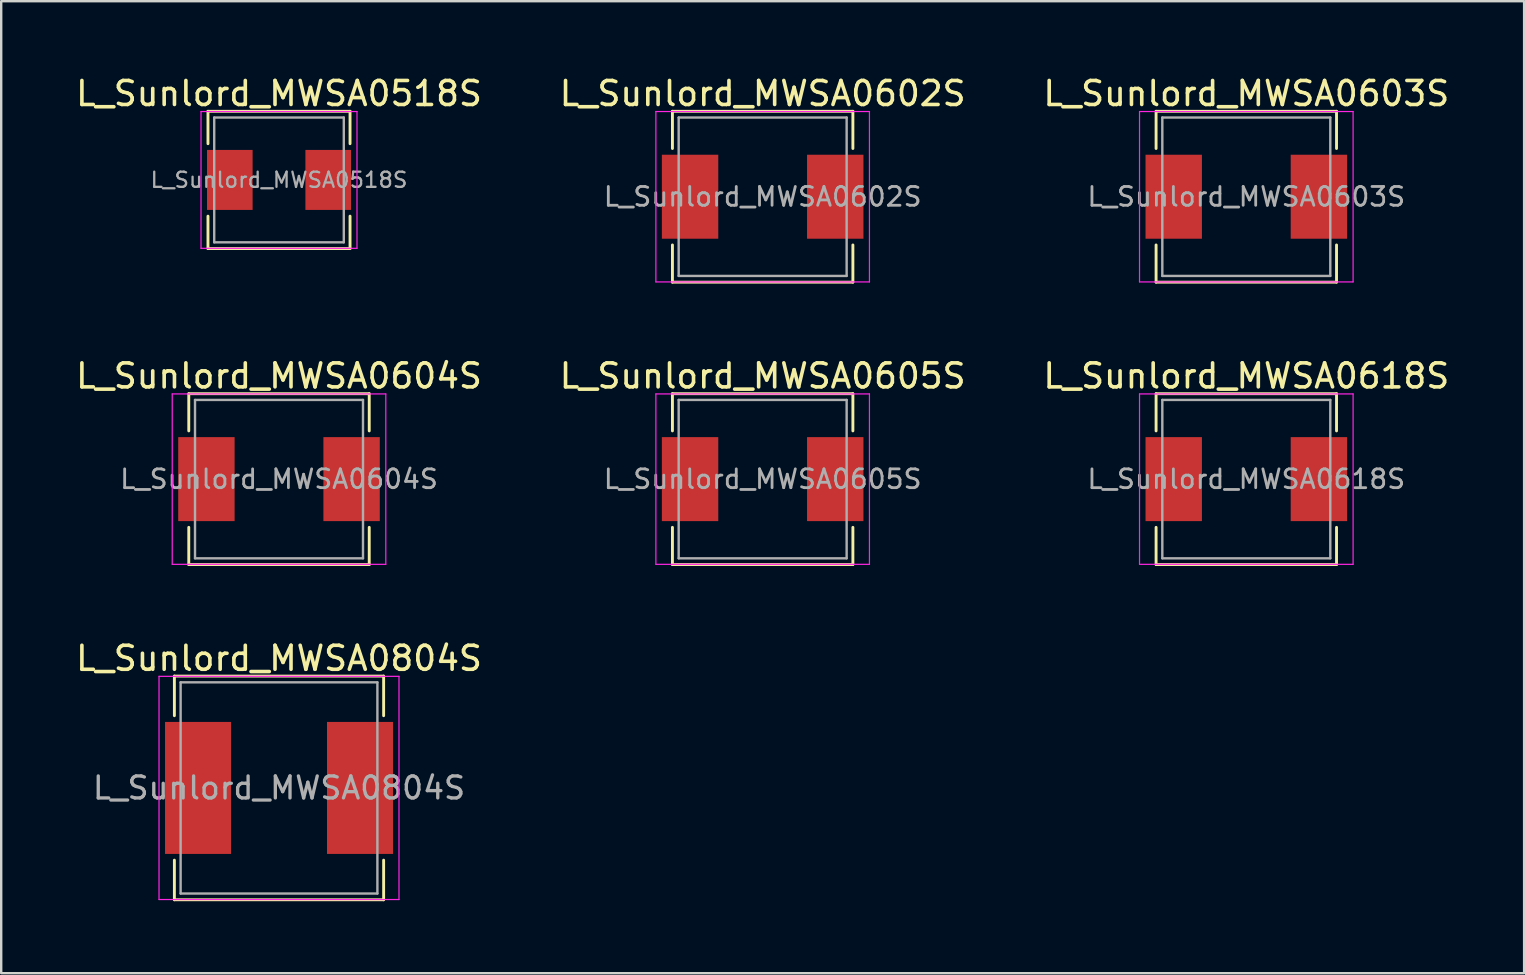
<source format=kicad_pcb>
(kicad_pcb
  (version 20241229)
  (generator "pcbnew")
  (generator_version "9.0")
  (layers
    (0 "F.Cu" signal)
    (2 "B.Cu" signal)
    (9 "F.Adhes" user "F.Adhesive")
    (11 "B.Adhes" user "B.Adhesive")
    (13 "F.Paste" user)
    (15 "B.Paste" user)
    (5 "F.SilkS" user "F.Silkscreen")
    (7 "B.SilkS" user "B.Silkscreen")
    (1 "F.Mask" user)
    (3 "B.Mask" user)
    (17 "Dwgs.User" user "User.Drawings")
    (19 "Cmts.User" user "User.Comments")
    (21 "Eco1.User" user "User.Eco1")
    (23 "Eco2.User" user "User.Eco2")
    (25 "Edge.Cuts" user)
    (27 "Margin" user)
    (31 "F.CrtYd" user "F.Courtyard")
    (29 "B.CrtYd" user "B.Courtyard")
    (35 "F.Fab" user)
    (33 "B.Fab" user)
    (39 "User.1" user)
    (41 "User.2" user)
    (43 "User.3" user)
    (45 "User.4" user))
  (footprint "L_Sunlord_MWSA0518S"
    (layer "F.Cu")
    (at 8.577 4.448)
    (property "Reference" "L_Sunlord_MWSA0518S" (at 0 -3.6 0) (layer "F.SilkS") (effects (font (size 1 1) (thickness 0.15))))
    (attr smd)
    (fp_line (start -2.96 -2.86) (end -2.96 -1.51) (stroke (width 0.12) (type solid)) (layer "F.SilkS"))
    (fp_line (start -2.96 -2.86) (end 2.96 -2.86) (stroke (width 0.12) (type solid)) (layer "F.SilkS"))
    (fp_line (start -2.96 2.86) (end -2.96 1.51) (stroke (width 0.12) (type solid)) (layer "F.SilkS"))
    (fp_line (start -2.96 2.86) (end 2.96 2.86) (stroke (width 0.12) (type solid)) (layer "F.SilkS"))
    (fp_line (start 2.96 -2.86) (end 2.96 -1.51) (stroke (width 0.12) (type solid)) (layer "F.SilkS"))
    (fp_line (start 2.96 2.86) (end 2.96 1.51) (stroke (width 0.12) (type solid)) (layer "F.SilkS"))
    (fp_line (start -3.25 -2.85) (end -3.25 2.85) (stroke (width 0.05) (type solid)) (layer "F.CrtYd"))
    (fp_line (start -3.25 2.85) (end 3.25 2.85) (stroke (width 0.05) (type solid)) (layer "F.CrtYd"))
    (fp_line (start 3.25 -2.85) (end -3.25 -2.85) (stroke (width 0.05) (type solid)) (layer "F.CrtYd"))
    (fp_line (start 3.25 2.85) (end 3.25 -2.85) (stroke (width 0.05) (type solid)) (layer "F.CrtYd"))
    (fp_line (start -2.7 -2.6) (end -2.7 2.6) (stroke (width 0.1) (type solid)) (layer "F.Fab"))
    (fp_line (start -2.7 2.6) (end 2.7 2.6) (stroke (width 0.1) (type solid)) (layer "F.Fab"))
    (fp_line (start 2.7 -2.6) (end -2.7 -2.6) (stroke (width 0.1) (type solid)) (layer "F.Fab"))
    (fp_line (start 2.7 2.6) (end 2.7 -2.6) (stroke (width 0.1) (type solid)) (layer "F.Fab"))
    (fp_text user "${REFERENCE}" (at 0 0 0) (layer "F.Fab") (effects (font (size 0.633 0.633) (thickness 0.095))))
    (pad "1" smd rect (at -2.05 0) (size 1.9 2.5) (layers "F.Cu" "F.Mask" "F.Paste"))
    (pad "2" smd rect (at 2.05 0) (size 1.9 2.5) (layers "F.Cu" "F.Mask" "F.Paste")))
  (footprint "L_Sunlord_MWSA0605S"
    (layer "F.Cu")
    (at 28.732 16.916)
    (property "Reference" "L_Sunlord_MWSA0605S" (at 0 -4.3 0) (layer "F.SilkS") (effects (font (size 1 1) (thickness 0.15))))
    (attr smd)
    (fp_line (start -3.76 -3.56) (end -3.76 -2.01) (stroke (width 0.12) (type solid)) (layer "F.SilkS"))
    (fp_line (start -3.76 -3.56) (end 3.76 -3.56) (stroke (width 0.12) (type solid)) (layer "F.SilkS"))
    (fp_line (start -3.76 3.56) (end -3.76 2.01) (stroke (width 0.12) (type solid)) (layer "F.SilkS"))
    (fp_line (start -3.76 3.56) (end 3.76 3.56) (stroke (width 0.12) (type solid)) (layer "F.SilkS"))
    (fp_line (start 3.76 -3.56) (end 3.76 -2.01) (stroke (width 0.12) (type solid)) (layer "F.SilkS"))
    (fp_line (start 3.76 3.56) (end 3.76 2.01) (stroke (width 0.12) (type solid)) (layer "F.SilkS"))
    (fp_line (start -4.45 -3.55) (end -4.45 3.55) (stroke (width 0.05) (type solid)) (layer "F.CrtYd"))
    (fp_line (start -4.45 3.55) (end 4.45 3.55) (stroke (width 0.05) (type solid)) (layer "F.CrtYd"))
    (fp_line (start 4.45 -3.55) (end -4.45 -3.55) (stroke (width 0.05) (type solid)) (layer "F.CrtYd"))
    (fp_line (start 4.45 3.55) (end 4.45 -3.55) (stroke (width 0.05) (type solid)) (layer "F.CrtYd"))
    (fp_line (start -3.5 -3.3) (end -3.5 3.3) (stroke (width 0.1) (type solid)) (layer "F.Fab"))
    (fp_line (start -3.5 3.3) (end 3.5 3.3) (stroke (width 0.1) (type solid)) (layer "F.Fab"))
    (fp_line (start 3.5 -3.3) (end -3.5 -3.3) (stroke (width 0.1) (type solid)) (layer "F.Fab"))
    (fp_line (start 3.5 3.3) (end 3.5 -3.3) (stroke (width 0.1) (type solid)) (layer "F.Fab"))
    (fp_text user "${REFERENCE}" (at 0 0 0) (layer "F.Fab") (effects (font (size 0.783 0.783) (thickness 0.117))))
    (pad "1" smd rect (at -3.025 0) (size 2.35 3.5) (layers "F.Cu" "F.Mask" "F.Paste"))
    (pad "2" smd rect (at 3.025 0) (size 2.35 3.5) (layers "F.Cu" "F.Mask" "F.Paste")))
  (footprint "L_Sunlord_MWSA0604S"
    (layer "F.Cu")
    (at 8.577 16.916)
    (property "Reference" "L_Sunlord_MWSA0604S" (at 0 -4.3 0) (layer "F.SilkS") (effects (font (size 1 1) (thickness 0.15))))
    (attr smd)
    (fp_line (start -3.76 -3.56) (end -3.76 -2.01) (stroke (width 0.12) (type solid)) (layer "F.SilkS"))
    (fp_line (start -3.76 -3.56) (end 3.76 -3.56) (stroke (width 0.12) (type solid)) (layer "F.SilkS"))
    (fp_line (start -3.76 3.56) (end -3.76 2.01) (stroke (width 0.12) (type solid)) (layer "F.SilkS"))
    (fp_line (start -3.76 3.56) (end 3.76 3.56) (stroke (width 0.12) (type solid)) (layer "F.SilkS"))
    (fp_line (start 3.76 -3.56) (end 3.76 -2.01) (stroke (width 0.12) (type solid)) (layer "F.SilkS"))
    (fp_line (start 3.76 3.56) (end 3.76 2.01) (stroke (width 0.12) (type solid)) (layer "F.SilkS"))
    (fp_line (start -4.45 -3.55) (end -4.45 3.55) (stroke (width 0.05) (type solid)) (layer "F.CrtYd"))
    (fp_line (start -4.45 3.55) (end 4.45 3.55) (stroke (width 0.05) (type solid)) (layer "F.CrtYd"))
    (fp_line (start 4.45 -3.55) (end -4.45 -3.55) (stroke (width 0.05) (type solid)) (layer "F.CrtYd"))
    (fp_line (start 4.45 3.55) (end 4.45 -3.55) (stroke (width 0.05) (type solid)) (layer "F.CrtYd"))
    (fp_line (start -3.5 -3.3) (end -3.5 3.3) (stroke (width 0.1) (type solid)) (layer "F.Fab"))
    (fp_line (start -3.5 3.3) (end 3.5 3.3) (stroke (width 0.1) (type solid)) (layer "F.Fab"))
    (fp_line (start 3.5 -3.3) (end -3.5 -3.3) (stroke (width 0.1) (type solid)) (layer "F.Fab"))
    (fp_line (start 3.5 3.3) (end 3.5 -3.3) (stroke (width 0.1) (type solid)) (layer "F.Fab"))
    (fp_text user "${REFERENCE}" (at 0 0 0) (layer "F.Fab") (effects (font (size 0.783 0.783) (thickness 0.117))))
    (pad "1" smd rect (at -3.025 0) (size 2.35 3.5) (layers "F.Cu" "F.Mask" "F.Paste"))
    (pad "2" smd rect (at 3.025 0) (size 2.35 3.5) (layers "F.Cu" "F.Mask" "F.Paste")))
  (footprint "L_Sunlord_MWSA0603S"
    (layer "F.Cu")
    (at 48.887 5.148)
    (property "Reference" "L_Sunlord_MWSA0603S" (at 0 -4.3 0) (layer "F.SilkS") (effects (font (size 1 1) (thickness 0.15))))
    (attr smd)
    (fp_line (start -3.76 -3.56) (end -3.76 -2.01) (stroke (width 0.12) (type solid)) (layer "F.SilkS"))
    (fp_line (start -3.76 -3.56) (end 3.76 -3.56) (stroke (width 0.12) (type solid)) (layer "F.SilkS"))
    (fp_line (start -3.76 3.56) (end -3.76 2.01) (stroke (width 0.12) (type solid)) (layer "F.SilkS"))
    (fp_line (start -3.76 3.56) (end 3.76 3.56) (stroke (width 0.12) (type solid)) (layer "F.SilkS"))
    (fp_line (start 3.76 -3.56) (end 3.76 -2.01) (stroke (width 0.12) (type solid)) (layer "F.SilkS"))
    (fp_line (start 3.76 3.56) (end 3.76 2.01) (stroke (width 0.12) (type solid)) (layer "F.SilkS"))
    (fp_line (start -4.45 -3.55) (end -4.45 3.55) (stroke (width 0.05) (type solid)) (layer "F.CrtYd"))
    (fp_line (start -4.45 3.55) (end 4.45 3.55) (stroke (width 0.05) (type solid)) (layer "F.CrtYd"))
    (fp_line (start 4.45 -3.55) (end -4.45 -3.55) (stroke (width 0.05) (type solid)) (layer "F.CrtYd"))
    (fp_line (start 4.45 3.55) (end 4.45 -3.55) (stroke (width 0.05) (type solid)) (layer "F.CrtYd"))
    (fp_line (start -3.5 -3.3) (end -3.5 3.3) (stroke (width 0.1) (type solid)) (layer "F.Fab"))
    (fp_line (start -3.5 3.3) (end 3.5 3.3) (stroke (width 0.1) (type solid)) (layer "F.Fab"))
    (fp_line (start 3.5 -3.3) (end -3.5 -3.3) (stroke (width 0.1) (type solid)) (layer "F.Fab"))
    (fp_line (start 3.5 3.3) (end 3.5 -3.3) (stroke (width 0.1) (type solid)) (layer "F.Fab"))
    (fp_text user "${REFERENCE}" (at 0 0 0) (layer "F.Fab") (effects (font (size 0.783 0.783) (thickness 0.117))))
    (pad "1" smd rect (at -3.025 0) (size 2.35 3.5) (layers "F.Cu" "F.Mask" "F.Paste"))
    (pad "2" smd rect (at 3.025 0) (size 2.35 3.5) (layers "F.Cu" "F.Mask" "F.Paste")))
  (footprint "L_Sunlord_MWSA0618S"
    (layer "F.Cu")
    (at 48.887 16.916)
    (property "Reference" "L_Sunlord_MWSA0618S" (at 0 -4.3 0) (layer "F.SilkS") (effects (font (size 1 1) (thickness 0.15))))
    (attr smd)
    (fp_line (start -3.76 -3.56) (end -3.76 -2.01) (stroke (width 0.12) (type solid)) (layer "F.SilkS"))
    (fp_line (start -3.76 -3.56) (end 3.76 -3.56) (stroke (width 0.12) (type solid)) (layer "F.SilkS"))
    (fp_line (start -3.76 3.56) (end -3.76 2.01) (stroke (width 0.12) (type solid)) (layer "F.SilkS"))
    (fp_line (start -3.76 3.56) (end 3.76 3.56) (stroke (width 0.12) (type solid)) (layer "F.SilkS"))
    (fp_line (start 3.76 -3.56) (end 3.76 -2.01) (stroke (width 0.12) (type solid)) (layer "F.SilkS"))
    (fp_line (start 3.76 3.56) (end 3.76 2.01) (stroke (width 0.12) (type solid)) (layer "F.SilkS"))
    (fp_line (start -4.45 -3.55) (end -4.45 3.55) (stroke (width 0.05) (type solid)) (layer "F.CrtYd"))
    (fp_line (start -4.45 3.55) (end 4.45 3.55) (stroke (width 0.05) (type solid)) (layer "F.CrtYd"))
    (fp_line (start 4.45 -3.55) (end -4.45 -3.55) (stroke (width 0.05) (type solid)) (layer "F.CrtYd"))
    (fp_line (start 4.45 3.55) (end 4.45 -3.55) (stroke (width 0.05) (type solid)) (layer "F.CrtYd"))
    (fp_line (start -3.5 -3.3) (end -3.5 3.3) (stroke (width 0.1) (type solid)) (layer "F.Fab"))
    (fp_line (start -3.5 3.3) (end 3.5 3.3) (stroke (width 0.1) (type solid)) (layer "F.Fab"))
    (fp_line (start 3.5 -3.3) (end -3.5 -3.3) (stroke (width 0.1) (type solid)) (layer "F.Fab"))
    (fp_line (start 3.5 3.3) (end 3.5 -3.3) (stroke (width 0.1) (type solid)) (layer "F.Fab"))
    (fp_text user "${REFERENCE}" (at 0 0 0) (layer "F.Fab") (effects (font (size 0.783 0.783) (thickness 0.117))))
    (pad "1" smd rect (at -3.025 0) (size 2.35 3.5) (layers "F.Cu" "F.Mask" "F.Paste"))
    (pad "2" smd rect (at 3.025 0) (size 2.35 3.5) (layers "F.Cu" "F.Mask" "F.Paste")))
  (footprint "L_Sunlord_MWSA0804S"
    (layer "F.Cu")
    (at 8.577 29.785)
    (property "Reference" "L_Sunlord_MWSA0804S" (at 0 -5.4 0) (layer "F.SilkS") (effects (font (size 1 1) (thickness 0.15))))
    (attr smd)
    (fp_line (start -4.36 -4.66) (end -4.36 -3.01) (stroke (width 0.12) (type solid)) (layer "F.SilkS"))
    (fp_line (start -4.36 -4.66) (end 4.36 -4.66) (stroke (width 0.12) (type solid)) (layer "F.SilkS"))
    (fp_line (start -4.36 4.66) (end -4.36 3.01) (stroke (width 0.12) (type solid)) (layer "F.SilkS"))
    (fp_line (start -4.36 4.66) (end 4.36 4.66) (stroke (width 0.12) (type solid)) (layer "F.SilkS"))
    (fp_line (start 4.36 -4.66) (end 4.36 -3.01) (stroke (width 0.12) (type solid)) (layer "F.SilkS"))
    (fp_line (start 4.36 4.66) (end 4.36 3.01) (stroke (width 0.12) (type solid)) (layer "F.SilkS"))
    (fp_line (start -5 -4.65) (end -5 4.65) (stroke (width 0.05) (type solid)) (layer "F.CrtYd"))
    (fp_line (start -5 4.65) (end 5 4.65) (stroke (width 0.05) (type solid)) (layer "F.CrtYd"))
    (fp_line (start 5 -4.65) (end -5 -4.65) (stroke (width 0.05) (type solid)) (layer "F.CrtYd"))
    (fp_line (start 5 4.65) (end 5 -4.65) (stroke (width 0.05) (type solid)) (layer "F.CrtYd"))
    (fp_line (start -4.1 -4.4) (end -4.1 4.4) (stroke (width 0.1) (type solid)) (layer "F.Fab"))
    (fp_line (start -4.1 4.4) (end 4.1 4.4) (stroke (width 0.1) (type solid)) (layer "F.Fab"))
    (fp_line (start 4.1 -4.4) (end -4.1 -4.4) (stroke (width 0.1) (type solid)) (layer "F.Fab"))
    (fp_line (start 4.1 4.4) (end 4.1 -4.4) (stroke (width 0.1) (type solid)) (layer "F.Fab"))
    (fp_text user "${REFERENCE}" (at 0 0 0) (layer "F.Fab") (effects (font (size 0.917 0.917) (thickness 0.138))))
    (pad "1" smd rect (at -3.375 0) (size 2.75 5.5) (layers "F.Cu" "F.Mask" "F.Paste"))
    (pad "2" smd rect (at 3.375 0) (size 2.75 5.5) (layers "F.Cu" "F.Mask" "F.Paste")))
  (footprint "L_Sunlord_MWSA0602S"
    (layer "F.Cu")
    (at 28.732 5.148)
    (property "Reference" "L_Sunlord_MWSA0602S" (at 0 -4.3 0) (layer "F.SilkS") (effects (font (size 1 1) (thickness 0.15))))
    (attr smd)
    (fp_line (start -3.76 -3.56) (end -3.76 -2.01) (stroke (width 0.12) (type solid)) (layer "F.SilkS"))
    (fp_line (start -3.76 -3.56) (end 3.76 -3.56) (stroke (width 0.12) (type solid)) (layer "F.SilkS"))
    (fp_line (start -3.76 3.56) (end -3.76 2.01) (stroke (width 0.12) (type solid)) (layer "F.SilkS"))
    (fp_line (start -3.76 3.56) (end 3.76 3.56) (stroke (width 0.12) (type solid)) (layer "F.SilkS"))
    (fp_line (start 3.76 -3.56) (end 3.76 -2.01) (stroke (width 0.12) (type solid)) (layer "F.SilkS"))
    (fp_line (start 3.76 3.56) (end 3.76 2.01) (stroke (width 0.12) (type solid)) (layer "F.SilkS"))
    (fp_line (start -4.45 -3.55) (end -4.45 3.55) (stroke (width 0.05) (type solid)) (layer "F.CrtYd"))
    (fp_line (start -4.45 3.55) (end 4.45 3.55) (stroke (width 0.05) (type solid)) (layer "F.CrtYd"))
    (fp_line (start 4.45 -3.55) (end -4.45 -3.55) (stroke (width 0.05) (type solid)) (layer "F.CrtYd"))
    (fp_line (start 4.45 3.55) (end 4.45 -3.55) (stroke (width 0.05) (type solid)) (layer "F.CrtYd"))
    (fp_line (start -3.5 -3.3) (end -3.5 3.3) (stroke (width 0.1) (type solid)) (layer "F.Fab"))
    (fp_line (start -3.5 3.3) (end 3.5 3.3) (stroke (width 0.1) (type solid)) (layer "F.Fab"))
    (fp_line (start 3.5 -3.3) (end -3.5 -3.3) (stroke (width 0.1) (type solid)) (layer "F.Fab"))
    (fp_line (start 3.5 3.3) (end 3.5 -3.3) (stroke (width 0.1) (type solid)) (layer "F.Fab"))
    (fp_text user "${REFERENCE}" (at 0 0 0) (layer "F.Fab") (effects (font (size 0.783 0.783) (thickness 0.117))))
    (pad "1" smd rect (at -3.025 0) (size 2.35 3.5) (layers "F.Cu" "F.Mask" "F.Paste"))
    (pad "2" smd rect (at 3.025 0) (size 2.35 3.5) (layers "F.Cu" "F.Mask" "F.Paste")))
  (gr_rect
    (start -3 -3)
    (end 60.464 37.505)
    (stroke (width 0.1) (type default))
    (fill no)
    (layer "Edge.Cuts")))
</source>
